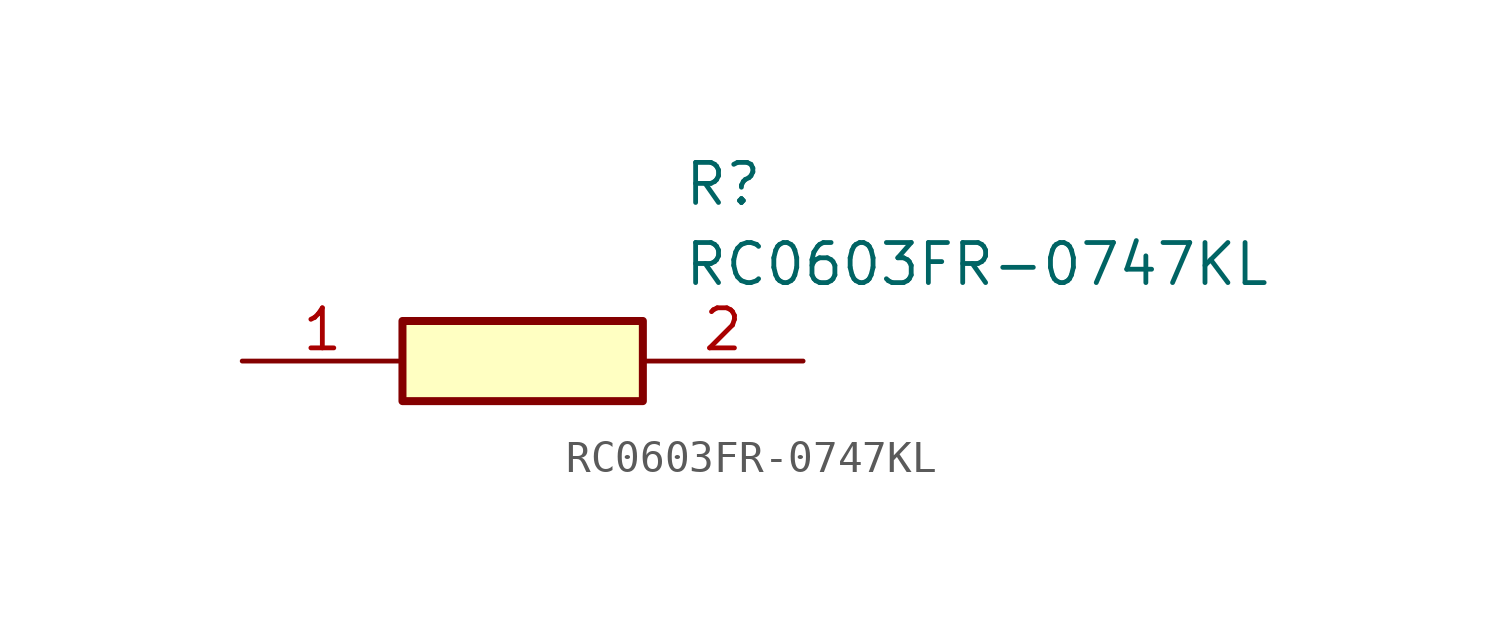
<source format=kicad_sym>
(kicad_symbol_lib
  (version 20211014)
  (generator SamacSys_ECAD_Model)
  (symbol "RC0603FR-0747KL"
    (pin_names hide)
    (property "Reference" "R"
      (at 13.97 6.35 0)
      (effects (font (size 1.27 1.27)) (justify left top)))
    (property "Value" "RC0603FR-0747KL"
      (at 13.97 3.81 0)
      (effects (font (size 1.27 1.27)) (justify left top)))
    (rectangle
      (start 5.08 1.27)
      (end 12.7 -1.27)
      (stroke (width 0.254) (type default))
      (fill (type background)))
    (pin passive line
      (at 0 0 0)
      (length 5.08)
      (name "1" (effects (font (size 1.27 1.27))))
      (number "1" (effects (font (size 1.27 1.27)))))
    (pin passive line
      (at 17.78 0 180)
      (length 5.08)
      (name "2" (effects (font (size 1.27 1.27))))
      (number "2" (effects (font (size 1.27 1.27)))))))
</source>
